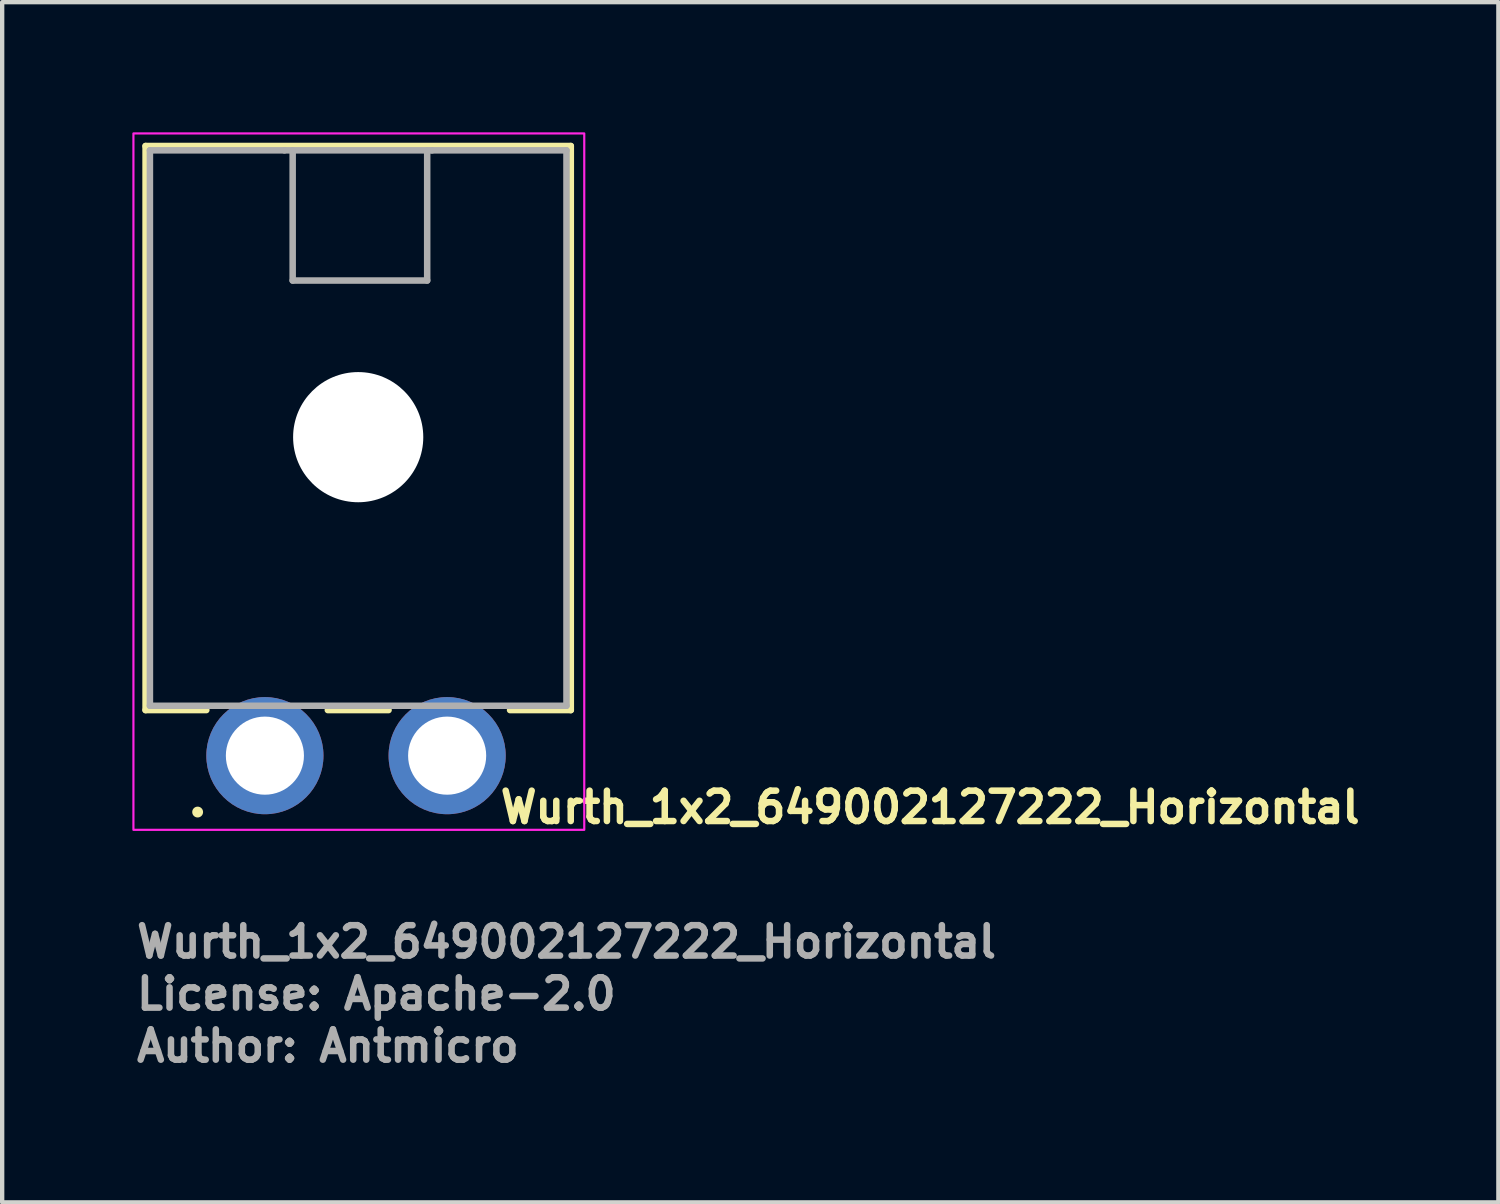
<source format=kicad_pcb>
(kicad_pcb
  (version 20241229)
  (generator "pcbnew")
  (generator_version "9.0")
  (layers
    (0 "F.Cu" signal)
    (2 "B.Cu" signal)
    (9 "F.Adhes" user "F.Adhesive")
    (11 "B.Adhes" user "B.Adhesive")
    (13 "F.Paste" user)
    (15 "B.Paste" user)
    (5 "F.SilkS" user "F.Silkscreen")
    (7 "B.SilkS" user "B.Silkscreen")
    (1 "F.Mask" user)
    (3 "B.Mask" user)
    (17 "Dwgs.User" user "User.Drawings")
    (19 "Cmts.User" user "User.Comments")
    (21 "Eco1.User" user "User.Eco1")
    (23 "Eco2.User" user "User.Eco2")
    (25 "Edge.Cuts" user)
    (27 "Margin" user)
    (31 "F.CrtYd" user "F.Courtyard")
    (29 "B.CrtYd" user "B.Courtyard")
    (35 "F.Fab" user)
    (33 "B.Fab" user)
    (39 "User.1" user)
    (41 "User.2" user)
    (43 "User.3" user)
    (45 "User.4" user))
  (footprint "Wurth_1x2_649002127222_Horizontal"
    (layer "F.Cu")
    (at 3.055 14.365)
    (property "Reference" "Wurth_1x2_649002127222_Horizontal" (at 5.35 1.6 180) (layer "F.SilkS") (effects (font (size 0.7 0.7) (thickness 0.15)) (justify left bottom)))
    (attr through_hole)
    (fp_line (start -2.75 -14.05) (end -2.75 -1.05) (stroke (width 0.15) (type solid)) (layer "F.SilkS"))
    (fp_line (start -2.75 -1.05) (end -1.35 -1.05) (stroke (width 0.15) (type solid)) (layer "F.SilkS"))
    (fp_line (start 2.85 -1.05) (end 1.45 -1.05) (stroke (width 0.15) (type solid)) (layer "F.SilkS"))
    (fp_line (start 5.65 -1.05) (end 7.05 -1.05) (stroke (width 0.15) (type solid)) (layer "F.SilkS"))
    (fp_line (start 7.05 -14.05) (end -2.75 -14.05) (stroke (width 0.15) (type solid)) (layer "F.SilkS"))
    (fp_line (start 7.05 -1.05) (end 7.05 -14.05) (stroke (width 0.15) (type solid)) (layer "F.SilkS"))
    (fp_circle (center -1.55 1.3) (end -1.6 1.3) (stroke (width 0.15) (type solid)) (fill yes) (layer "F.SilkS"))
    (fp_rect (start 7.36 1.71) (end -3.03 -14.34) (stroke (width 0.05) (type solid)) (fill no) (layer "F.CrtYd"))
    (fp_line (start -2.65 -13.95) (end 0.45 -13.95) (stroke (width 0.15) (type solid)) (layer "F.Fab"))
    (fp_line (start -2.65 -1.15) (end -2.65 -13.95) (stroke (width 0.15) (type solid)) (layer "F.Fab"))
    (fp_line (start 0.45 -13.95) (end 3.85 -13.95) (stroke (width 0.15) (type solid)) (layer "F.Fab"))
    (fp_line (start 0.64 -10.95) (end 0.64 -13.95) (stroke (width 0.15) (type solid)) (layer "F.Fab"))
    (fp_line (start 3.74 -13.95) (end 3.74 -10.95) (stroke (width 0.15) (type solid)) (layer "F.Fab"))
    (fp_line (start 3.74 -10.95) (end 0.64 -10.95) (stroke (width 0.15) (type solid)) (layer "F.Fab"))
    (fp_line (start 3.85 -13.95) (end 6.95 -13.95) (stroke (width 0.15) (type solid)) (layer "F.Fab"))
    (fp_line (start 6.95 -13.95) (end 6.95 -1.15) (stroke (width 0.15) (type solid)) (layer "F.Fab"))
    (fp_line (start 6.95 -1.15) (end -2.65 -1.15) (stroke (width 0.15) (type solid)) (layer "F.Fab"))
    (fp_rect (start 6.965 0.53) (end -2.635 -13.94) (stroke (width 0.1) (type solid)) (fill no) (layer "User.5"))
    (fp_line (start -2.635 -13.94) (end -2.635 -1.14) (stroke (width 0.02) (type solid)) (layer "User.9"))
    (fp_line (start -0.505 -1.14) (end -0.505 -0.47) (stroke (width 0.02) (type solid)) (layer "User.9"))
    (fp_line (start -0.505 -0.47) (end -0.505 -0.358) (stroke (width 0.02) (type solid)) (layer "User.9"))
    (fp_line (start -0.505 -0.358) (end -0.505 -0.247) (stroke (width 0.02) (type solid)) (layer "User.9"))
    (fp_line (start -0.505 -0.247) (end -0.505 -0.14) (stroke (width 0.02) (type solid)) (layer "User.9"))
    (fp_line (start -0.505 -0.14) (end -0.505 -0.036) (stroke (width 0.02) (type solid)) (layer "User.9"))
    (fp_line (start -0.505 -0.036) (end -0.505 0.062) (stroke (width 0.02) (type solid)) (layer "User.9"))
    (fp_line (start -0.505 0.062) (end -0.505 0.153) (stroke (width 0.02) (type solid)) (layer "User.9"))
    (fp_line (start -0.505 0.153) (end -0.505 0.237) (stroke (width 0.02) (type solid)) (layer "User.9"))
    (fp_line (start -0.505 0.237) (end -0.505 0.312) (stroke (width 0.02) (type solid)) (layer "User.9"))
    (fp_line (start -0.505 0.312) (end -0.505 0.377) (stroke (width 0.02) (type solid)) (layer "User.9"))
    (fp_line (start -0.505 0.377) (end -0.505 0.431) (stroke (width 0.02) (type solid)) (layer "User.9"))
    (fp_line (start -0.505 0.431) (end -0.505 0.474) (stroke (width 0.02) (type solid)) (layer "User.9"))
    (fp_line (start -0.505 0.474) (end -0.505 0.505) (stroke (width 0.02) (type solid)) (layer "User.9"))
    (fp_line (start -0.505 0.505) (end -0.505 0.524) (stroke (width 0.02) (type solid)) (layer "User.9"))
    (fp_line (start -0.505 0.524) (end -0.505 0.53) (stroke (width 0.02) (type solid)) (layer "User.9"))
    (fp_line (start -0.31 -13.94) (end -2.635 -13.94) (stroke (width 0.02) (type solid)) (layer "User.9"))
    (fp_line (start -0.31 -13.94) (end -0.267 -13.94) (stroke (width 0.02) (type solid)) (layer "User.9"))
    (fp_line (start -0.31 -10.84) (end -0.31 -13.94) (stroke (width 0.02) (type solid)) (layer "User.9"))
    (fp_line (start -0.31 -10.84) (end -0.267 -10.84) (stroke (width 0.02) (type solid)) (layer "User.9"))
    (fp_line (start -0.267 -13.94) (end -0.219 -13.94) (stroke (width 0.02) (type solid)) (layer "User.9"))
    (fp_line (start -0.267 -10.84) (end -0.219 -10.84) (stroke (width 0.02) (type solid)) (layer "User.9"))
    (fp_line (start -0.219 -13.94) (end -0.168 -13.94) (stroke (width 0.02) (type solid)) (layer "User.9"))
    (fp_line (start -0.219 -10.84) (end -0.168 -10.84) (stroke (width 0.02) (type solid)) (layer "User.9"))
    (fp_line (start -0.168 -13.94) (end -0.113 -13.94) (stroke (width 0.02) (type solid)) (layer "User.9"))
    (fp_line (start -0.168 -10.84) (end -0.113 -10.84) (stroke (width 0.02) (type solid)) (layer "User.9"))
    (fp_line (start -0.113 -13.94) (end -0.055 -13.94) (stroke (width 0.02) (type solid)) (layer "User.9"))
    (fp_line (start -0.113 -10.84) (end -0.055 -10.84) (stroke (width 0.02) (type solid)) (layer "User.9"))
    (fp_line (start -0.055 -13.94) (end 0.005 -13.94) (stroke (width 0.02) (type solid)) (layer "User.9"))
    (fp_line (start -0.055 -10.84) (end 0.005 -10.84) (stroke (width 0.02) (type solid)) (layer "User.9"))
    (fp_line (start 0.005 -13.94) (end 0.065 -13.94) (stroke (width 0.02) (type solid)) (layer "User.9"))
    (fp_line (start 0.005 -10.84) (end 0.065 -10.84) (stroke (width 0.02) (type solid)) (layer "User.9"))
    (fp_line (start 0.065 -13.94) (end 0.125 -13.94) (stroke (width 0.02) (type solid)) (layer "User.9"))
    (fp_line (start 0.065 -10.84) (end 0.125 -10.84) (stroke (width 0.02) (type solid)) (layer "User.9"))
    (fp_line (start 0.125 -13.94) (end 0.185 -13.94) (stroke (width 0.02) (type solid)) (layer "User.9"))
    (fp_line (start 0.125 -10.84) (end 0.185 -10.84) (stroke (width 0.02) (type solid)) (layer "User.9"))
    (fp_line (start 0.185 -13.94) (end 0.243 -13.94) (stroke (width 0.02) (type solid)) (layer "User.9"))
    (fp_line (start 0.185 -10.84) (end 0.243 -10.84) (stroke (width 0.02) (type solid)) (layer "User.9"))
    (fp_line (start 0.243 -13.94) (end 0.298 -13.94) (stroke (width 0.02) (type solid)) (layer "User.9"))
    (fp_line (start 0.243 -10.84) (end 0.298 -10.84) (stroke (width 0.02) (type solid)) (layer "User.9"))
    (fp_line (start 0.298 -13.94) (end 0.349 -13.94) (stroke (width 0.02) (type solid)) (layer "User.9"))
    (fp_line (start 0.298 -10.84) (end 0.349 -10.84) (stroke (width 0.02) (type solid)) (layer "User.9"))
    (fp_line (start 0.349 -13.94) (end 0.397 -13.94) (stroke (width 0.02) (type solid)) (layer "User.9"))
    (fp_line (start 0.349 -10.84) (end 0.397 -10.84) (stroke (width 0.02) (type solid)) (layer "User.9"))
    (fp_line (start 0.397 -13.94) (end 0.44 -13.94) (stroke (width 0.02) (type solid)) (layer "User.9"))
    (fp_line (start 0.397 -10.84) (end 0.44 -10.84) (stroke (width 0.02) (type solid)) (layer "User.9"))
    (fp_line (start 0.44 -10.84) (end 0.44 -13.94) (stroke (width 0.02) (type solid)) (layer "User.9"))
    (fp_line (start 0.615 -13.94) (end 0.44 -13.94) (stroke (width 0.02) (type solid)) (layer "User.9"))
    (fp_line (start 0.615 -13.94) (end 3.715 -13.94) (stroke (width 0.02) (type solid)) (layer "User.9"))
    (fp_line (start 0.615 -11.34) (end 0.615 -13.94) (stroke (width 0.02) (type solid)) (layer "User.9"))
    (fp_line (start 0.615 -11.34) (end 0.615 -10.84) (stroke (width 0.02) (type solid)) (layer "User.9"))
    (fp_line (start 0.615 -10.84) (end 3.715 -10.84) (stroke (width 0.02) (type solid)) (layer "User.9"))
    (fp_line (start 0.635 -1.14) (end 0.635 -0.47) (stroke (width 0.02) (type solid)) (layer "User.9"))
    (fp_line (start 0.635 -0.47) (end -0.505 -0.47) (stroke (width 0.02) (type solid)) (layer "User.9"))
    (fp_line (start 0.635 -0.47) (end 0.635 -0.358) (stroke (width 0.02) (type solid)) (layer "User.9"))
    (fp_line (start 0.635 -0.358) (end 0.635 -0.247) (stroke (width 0.02) (type solid)) (layer "User.9"))
    (fp_line (start 0.635 -0.247) (end 0.635 -0.14) (stroke (width 0.02) (type solid)) (layer "User.9"))
    (fp_line (start 0.635 -0.14) (end 0.635 -0.036) (stroke (width 0.02) (type solid)) (layer "User.9"))
    (fp_line (start 0.635 -0.036) (end 0.635 0.062) (stroke (width 0.02) (type solid)) (layer "User.9"))
    (fp_line (start 0.635 0.062) (end 0.635 0.153) (stroke (width 0.02) (type solid)) (layer "User.9"))
    (fp_line (start 0.635 0.153) (end 0.635 0.237) (stroke (width 0.02) (type solid)) (layer "User.9"))
    (fp_line (start 0.635 0.237) (end 0.635 0.312) (stroke (width 0.02) (type solid)) (layer "User.9"))
    (fp_line (start 0.635 0.312) (end 0.635 0.377) (stroke (width 0.02) (type solid)) (layer "User.9"))
    (fp_line (start 0.635 0.377) (end 0.635 0.431) (stroke (width 0.02) (type solid)) (layer "User.9"))
    (fp_line (start 0.635 0.431) (end 0.635 0.474) (stroke (width 0.02) (type solid)) (layer "User.9"))
    (fp_line (start 0.635 0.474) (end 0.635 0.505) (stroke (width 0.02) (type solid)) (layer "User.9"))
    (fp_line (start 0.635 0.505) (end 0.635 0.524) (stroke (width 0.02) (type solid)) (layer "User.9"))
    (fp_line (start 0.635 0.524) (end 0.635 0.53) (stroke (width 0.02) (type solid)) (layer "User.9"))
    (fp_line (start 0.635 0.53) (end -0.505 0.53) (stroke (width 0.02) (type solid)) (layer "User.9"))
    (fp_line (start 3.695 -1.14) (end 3.695 -0.47) (stroke (width 0.02) (type solid)) (layer "User.9"))
    (fp_line (start 3.695 -0.47) (end 3.695 -0.358) (stroke (width 0.02) (type solid)) (layer "User.9"))
    (fp_line (start 3.695 -0.358) (end 3.695 -0.247) (stroke (width 0.02) (type solid)) (layer "User.9"))
    (fp_line (start 3.695 -0.247) (end 3.695 -0.14) (stroke (width 0.02) (type solid)) (layer "User.9"))
    (fp_line (start 3.695 -0.14) (end 3.695 -0.036) (stroke (width 0.02) (type solid)) (layer "User.9"))
    (fp_line (start 3.695 -0.036) (end 3.695 0.062) (stroke (width 0.02) (type solid)) (layer "User.9"))
    (fp_line (start 3.695 0.062) (end 3.695 0.153) (stroke (width 0.02) (type solid)) (layer "User.9"))
    (fp_line (start 3.695 0.153) (end 3.695 0.237) (stroke (width 0.02) (type solid)) (layer "User.9"))
    (fp_line (start 3.695 0.237) (end 3.695 0.312) (stroke (width 0.02) (type solid)) (layer "User.9"))
    (fp_line (start 3.695 0.312) (end 3.695 0.377) (stroke (width 0.02) (type solid)) (layer "User.9"))
    (fp_line (start 3.695 0.377) (end 3.695 0.431) (stroke (width 0.02) (type solid)) (layer "User.9"))
    (fp_line (start 3.695 0.431) (end 3.695 0.474) (stroke (width 0.02) (type solid)) (layer "User.9"))
    (fp_line (start 3.695 0.474) (end 3.695 0.505) (stroke (width 0.02) (type solid)) (layer "User.9"))
    (fp_line (start 3.695 0.505) (end 3.695 0.524) (stroke (width 0.02) (type solid)) (layer "User.9"))
    (fp_line (start 3.695 0.524) (end 3.695 0.53) (stroke (width 0.02) (type solid)) (layer "User.9"))
    (fp_line (start 3.715 -13.94) (end 3.715 -11.34) (stroke (width 0.02) (type solid)) (layer "User.9"))
    (fp_line (start 3.715 -11.34) (end 0.615 -11.34) (stroke (width 0.02) (type solid)) (layer "User.9"))
    (fp_line (start 3.715 -10.84) (end 3.715 -11.34) (stroke (width 0.02) (type solid)) (layer "User.9"))
    (fp_line (start 4.835 -1.14) (end 4.835 -0.47) (stroke (width 0.02) (type solid)) (layer "User.9"))
    (fp_line (start 4.835 -0.47) (end 3.695 -0.47) (stroke (width 0.02) (type solid)) (layer "User.9"))
    (fp_line (start 4.835 -0.47) (end 4.835 -0.358) (stroke (width 0.02) (type solid)) (layer "User.9"))
    (fp_line (start 4.835 -0.358) (end 4.835 -0.247) (stroke (width 0.02) (type solid)) (layer "User.9"))
    (fp_line (start 4.835 -0.247) (end 4.835 -0.14) (stroke (width 0.02) (type solid)) (layer "User.9"))
    (fp_line (start 4.835 -0.14) (end 4.835 -0.036) (stroke (width 0.02) (type solid)) (layer "User.9"))
    (fp_line (start 4.835 -0.036) (end 4.835 0.062) (stroke (width 0.02) (type solid)) (layer "User.9"))
    (fp_line (start 4.835 0.062) (end 4.835 0.153) (stroke (width 0.02) (type solid)) (layer "User.9"))
    (fp_line (start 4.835 0.153) (end 4.835 0.237) (stroke (width 0.02) (type solid)) (layer "User.9"))
    (fp_line (start 4.835 0.237) (end 4.835 0.312) (stroke (width 0.02) (type solid)) (layer "User.9"))
    (fp_line (start 4.835 0.312) (end 4.835 0.377) (stroke (width 0.02) (type solid)) (layer "User.9"))
    (fp_line (start 4.835 0.377) (end 4.835 0.431) (stroke (width 0.02) (type solid)) (layer "User.9"))
    (fp_line (start 4.835 0.431) (end 4.835 0.474) (stroke (width 0.02) (type solid)) (layer "User.9"))
    (fp_line (start 4.835 0.474) (end 4.835 0.505) (stroke (width 0.02) (type solid)) (layer "User.9"))
    (fp_line (start 4.835 0.505) (end 4.835 0.524) (stroke (width 0.02) (type solid)) (layer "User.9"))
    (fp_line (start 4.835 0.524) (end 4.835 0.53) (stroke (width 0.02) (type solid)) (layer "User.9"))
    (fp_line (start 4.835 0.53) (end 3.695 0.53) (stroke (width 0.02) (type solid)) (layer "User.9"))
    (fp_line (start 6.965 -13.94) (end 3.715 -13.94) (stroke (width 0.02) (type solid)) (layer "User.9"))
    (fp_line (start 6.965 -13.94) (end 6.965 -1.14) (stroke (width 0.02) (type solid)) (layer "User.9"))
    (fp_line (start 6.965 -1.14) (end -2.635 -1.14) (stroke (width 0.02) (type solid)) (layer "User.9"))
    (fp_text user "${REFERENCE}" (at -3.03 4.7 0) (layer "F.Fab") (effects (font (size 0.7 0.7) (thickness 0.15)) (justify left bottom)))
    (fp_text user "License: Apache-2.0" (at -3.03 5.9 0) (layer "F.Fab") (effects (font (size 0.7 0.7) (thickness 0.15)) (justify left bottom)))
    (fp_text user "Author: Antmicro" (at -3.03 7.1 0) (layer "F.Fab") (effects (font (size 0.7 0.7) (thickness 0.15)) (justify left bottom)))
    (pad "" np_thru_hole circle (at 2.15 -7.34 180) (size 3 3) (drill 3) (layers "*.Cu" "*.Mask"))
    (pad "1" thru_hole circle (at 0 0 180) (size 2.7 2.7) (drill 1.8) (layers "*.Cu" "*.Mask"))
    (pad "2" thru_hole circle (at 4.2 0 180) (size 2.7 2.7) (drill 1.8) (layers "*.Cu" "*.Mask")))
  (gr_rect
    (start -3 -3)
    (end 31.482 24.66)
    (stroke (width 0.1) (type default))
    (fill no)
    (layer "Edge.Cuts")))
</source>
